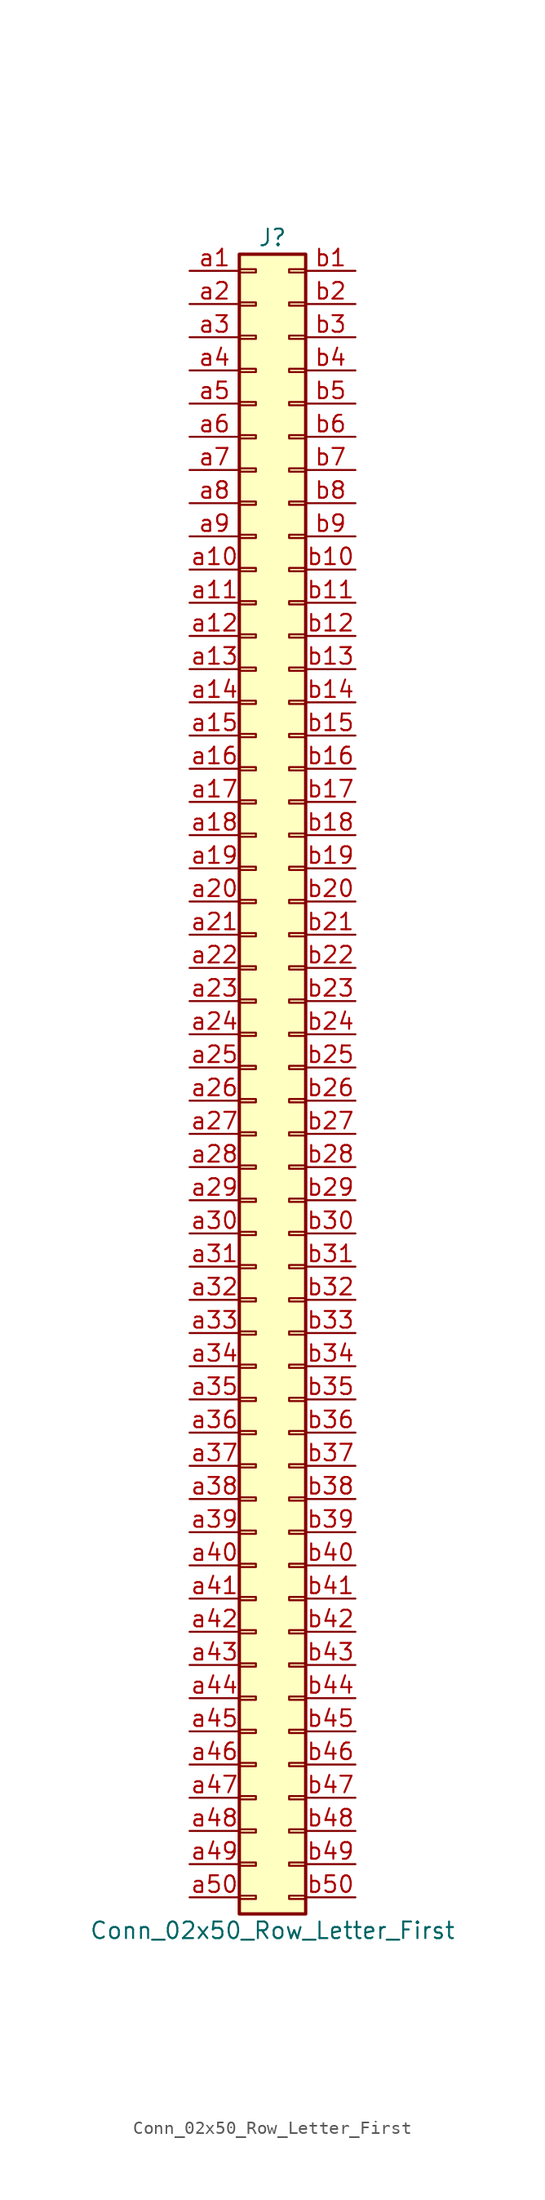
<source format=kicad_sym>
(kicad_symbol_lib
  (version 20220914)
  (generator kicad_symbol_editor)
  (symbol "Conn_02x50_Row_Letter_First"
    (pin_names
      (offset 1.016) hide)
    (property "Reference" "J"
      (at 1.27 50.8 0)
      (effects (font (size 1.27 1.27))))
    (property "Value" "Conn_02x50_Row_Letter_First"
      (at 1.27 -78.74 0)
      (effects (font (size 1.27 1.27))))
    (symbol "Conn_02x50_Row_Letter_First_1_1"
      (rectangle (start -1.27 -76.073) (end 0 -76.327) (stroke (width 0.152) (type default)) (fill (type none)))
      (rectangle (start -1.27 -73.533) (end 0 -73.787) (stroke (width 0.152) (type default)) (fill (type none)))
      (rectangle (start -1.27 -70.993) (end 0 -71.247) (stroke (width 0.152) (type default)) (fill (type none)))
      (rectangle (start -1.27 -68.453) (end 0 -68.707) (stroke (width 0.152) (type default)) (fill (type none)))
      (rectangle (start -1.27 -65.913) (end 0 -66.167) (stroke (width 0.152) (type default)) (fill (type none)))
      (rectangle (start -1.27 -63.373) (end 0 -63.627) (stroke (width 0.152) (type default)) (fill (type none)))
      (rectangle (start -1.27 -60.833) (end 0 -61.087) (stroke (width 0.152) (type default)) (fill (type none)))
      (rectangle (start -1.27 -58.293) (end 0 -58.547) (stroke (width 0.152) (type default)) (fill (type none)))
      (rectangle (start -1.27 -55.753) (end 0 -56.007) (stroke (width 0.152) (type default)) (fill (type none)))
      (rectangle (start -1.27 -53.213) (end 0 -53.467) (stroke (width 0.152) (type default)) (fill (type none)))
      (rectangle (start -1.27 -50.673) (end 0 -50.927) (stroke (width 0.152) (type default)) (fill (type none)))
      (rectangle (start -1.27 -48.133) (end 0 -48.387) (stroke (width 0.152) (type default)) (fill (type none)))
      (rectangle (start -1.27 -45.593) (end 0 -45.847) (stroke (width 0.152) (type default)) (fill (type none)))
      (rectangle (start -1.27 -43.053) (end 0 -43.307) (stroke (width 0.152) (type default)) (fill (type none)))
      (rectangle (start -1.27 -40.513) (end 0 -40.767) (stroke (width 0.152) (type default)) (fill (type none)))
      (rectangle (start -1.27 -37.973) (end 0 -38.227) (stroke (width 0.152) (type default)) (fill (type none)))
      (rectangle (start -1.27 -35.433) (end 0 -35.687) (stroke (width 0.152) (type default)) (fill (type none)))
      (rectangle (start -1.27 -32.893) (end 0 -33.147) (stroke (width 0.152) (type default)) (fill (type none)))
      (rectangle (start -1.27 -30.353) (end 0 -30.607) (stroke (width 0.152) (type default)) (fill (type none)))
      (rectangle (start -1.27 -27.813) (end 0 -28.067) (stroke (width 0.152) (type default)) (fill (type none)))
      (rectangle (start -1.27 -25.273) (end 0 -25.527) (stroke (width 0.152) (type default)) (fill (type none)))
      (rectangle (start -1.27 -22.733) (end 0 -22.987) (stroke (width 0.152) (type default)) (fill (type none)))
      (rectangle (start -1.27 -20.193) (end 0 -20.447) (stroke (width 0.152) (type default)) (fill (type none)))
      (rectangle (start -1.27 -17.653) (end 0 -17.907) (stroke (width 0.152) (type default)) (fill (type none)))
      (rectangle (start -1.27 -15.113) (end 0 -15.367) (stroke (width 0.152) (type default)) (fill (type none)))
      (rectangle (start -1.27 -12.573) (end 0 -12.827) (stroke (width 0.152) (type default)) (fill (type none)))
      (rectangle (start -1.27 -10.033) (end 0 -10.287) (stroke (width 0.152) (type default)) (fill (type none)))
      (rectangle (start -1.27 -7.493) (end 0 -7.747) (stroke (width 0.152) (type default)) (fill (type none)))
      (rectangle (start -1.27 -4.953) (end 0 -5.207) (stroke (width 0.152) (type default)) (fill (type none)))
      (rectangle (start -1.27 -2.413) (end 0 -2.667) (stroke (width 0.152) (type default)) (fill (type none)))
      (rectangle (start -1.27 0.127) (end 0 -0.127) (stroke (width 0.152) (type default)) (fill (type none)))
      (rectangle (start -1.27 2.667) (end 0 2.413) (stroke (width 0.152) (type default)) (fill (type none)))
      (rectangle (start -1.27 5.207) (end 0 4.953) (stroke (width 0.152) (type default)) (fill (type none)))
      (rectangle (start -1.27 7.747) (end 0 7.493) (stroke (width 0.152) (type default)) (fill (type none)))
      (rectangle (start -1.27 10.287) (end 0 10.033) (stroke (width 0.152) (type default)) (fill (type none)))
      (rectangle (start -1.27 12.827) (end 0 12.573) (stroke (width 0.152) (type default)) (fill (type none)))
      (rectangle (start -1.27 15.367) (end 0 15.113) (stroke (width 0.152) (type default)) (fill (type none)))
      (rectangle (start -1.27 17.907) (end 0 17.653) (stroke (width 0.152) (type default)) (fill (type none)))
      (rectangle (start -1.27 20.447) (end 0 20.193) (stroke (width 0.152) (type default)) (fill (type none)))
      (rectangle (start -1.27 22.987) (end 0 22.733) (stroke (width 0.152) (type default)) (fill (type none)))
      (rectangle (start -1.27 25.527) (end 0 25.273) (stroke (width 0.152) (type default)) (fill (type none)))
      (rectangle (start -1.27 28.067) (end 0 27.813) (stroke (width 0.152) (type default)) (fill (type none)))
      (rectangle (start -1.27 30.607) (end 0 30.353) (stroke (width 0.152) (type default)) (fill (type none)))
      (rectangle (start -1.27 33.147) (end 0 32.893) (stroke (width 0.152) (type default)) (fill (type none)))
      (rectangle (start -1.27 35.687) (end 0 35.433) (stroke (width 0.152) (type default)) (fill (type none)))
      (rectangle (start -1.27 38.227) (end 0 37.973) (stroke (width 0.152) (type default)) (fill (type none)))
      (rectangle (start -1.27 40.767) (end 0 40.513) (stroke (width 0.152) (type default)) (fill (type none)))
      (rectangle (start -1.27 43.307) (end 0 43.053) (stroke (width 0.152) (type default)) (fill (type none)))
      (rectangle (start -1.27 45.847) (end 0 45.593) (stroke (width 0.152) (type default)) (fill (type none)))
      (rectangle (start -1.27 48.387) (end 0 48.133) (stroke (width 0.152) (type default)) (fill (type none)))
      (rectangle (start -1.27 49.53) (end 3.81 -77.47) (stroke (width 0.254) (type default)) (fill (type background)))
      (rectangle (start 3.81 -76.073) (end 2.54 -76.327) (stroke (width 0.152) (type default)) (fill (type none)))
      (rectangle (start 3.81 -73.533) (end 2.54 -73.787) (stroke (width 0.152) (type default)) (fill (type none)))
      (rectangle (start 3.81 -70.993) (end 2.54 -71.247) (stroke (width 0.152) (type default)) (fill (type none)))
      (rectangle (start 3.81 -68.453) (end 2.54 -68.707) (stroke (width 0.152) (type default)) (fill (type none)))
      (rectangle (start 3.81 -65.913) (end 2.54 -66.167) (stroke (width 0.152) (type default)) (fill (type none)))
      (rectangle (start 3.81 -63.373) (end 2.54 -63.627) (stroke (width 0.152) (type default)) (fill (type none)))
      (rectangle (start 3.81 -60.833) (end 2.54 -61.087) (stroke (width 0.152) (type default)) (fill (type none)))
      (rectangle (start 3.81 -58.293) (end 2.54 -58.547) (stroke (width 0.152) (type default)) (fill (type none)))
      (rectangle (start 3.81 -55.753) (end 2.54 -56.007) (stroke (width 0.152) (type default)) (fill (type none)))
      (rectangle (start 3.81 -53.213) (end 2.54 -53.467) (stroke (width 0.152) (type default)) (fill (type none)))
      (rectangle (start 3.81 -50.673) (end 2.54 -50.927) (stroke (width 0.152) (type default)) (fill (type none)))
      (rectangle (start 3.81 -48.133) (end 2.54 -48.387) (stroke (width 0.152) (type default)) (fill (type none)))
      (rectangle (start 3.81 -45.593) (end 2.54 -45.847) (stroke (width 0.152) (type default)) (fill (type none)))
      (rectangle (start 3.81 -43.053) (end 2.54 -43.307) (stroke (width 0.152) (type default)) (fill (type none)))
      (rectangle (start 3.81 -40.513) (end 2.54 -40.767) (stroke (width 0.152) (type default)) (fill (type none)))
      (rectangle (start 3.81 -37.973) (end 2.54 -38.227) (stroke (width 0.152) (type default)) (fill (type none)))
      (rectangle (start 3.81 -35.433) (end 2.54 -35.687) (stroke (width 0.152) (type default)) (fill (type none)))
      (rectangle (start 3.81 -32.893) (end 2.54 -33.147) (stroke (width 0.152) (type default)) (fill (type none)))
      (rectangle (start 3.81 -30.353) (end 2.54 -30.607) (stroke (width 0.152) (type default)) (fill (type none)))
      (rectangle (start 3.81 -27.813) (end 2.54 -28.067) (stroke (width 0.152) (type default)) (fill (type none)))
      (rectangle (start 3.81 -25.273) (end 2.54 -25.527) (stroke (width 0.152) (type default)) (fill (type none)))
      (rectangle (start 3.81 -22.733) (end 2.54 -22.987) (stroke (width 0.152) (type default)) (fill (type none)))
      (rectangle (start 3.81 -20.193) (end 2.54 -20.447) (stroke (width 0.152) (type default)) (fill (type none)))
      (rectangle (start 3.81 -17.653) (end 2.54 -17.907) (stroke (width 0.152) (type default)) (fill (type none)))
      (rectangle (start 3.81 -15.113) (end 2.54 -15.367) (stroke (width 0.152) (type default)) (fill (type none)))
      (rectangle (start 3.81 -12.573) (end 2.54 -12.827) (stroke (width 0.152) (type default)) (fill (type none)))
      (rectangle (start 3.81 -10.033) (end 2.54 -10.287) (stroke (width 0.152) (type default)) (fill (type none)))
      (rectangle (start 3.81 -7.493) (end 2.54 -7.747) (stroke (width 0.152) (type default)) (fill (type none)))
      (rectangle (start 3.81 -4.953) (end 2.54 -5.207) (stroke (width 0.152) (type default)) (fill (type none)))
      (rectangle (start 3.81 -2.413) (end 2.54 -2.667) (stroke (width 0.152) (type default)) (fill (type none)))
      (rectangle (start 3.81 0.127) (end 2.54 -0.127) (stroke (width 0.152) (type default)) (fill (type none)))
      (rectangle (start 3.81 2.667) (end 2.54 2.413) (stroke (width 0.152) (type default)) (fill (type none)))
      (rectangle (start 3.81 5.207) (end 2.54 4.953) (stroke (width 0.152) (type default)) (fill (type none)))
      (rectangle (start 3.81 7.747) (end 2.54 7.493) (stroke (width 0.152) (type default)) (fill (type none)))
      (rectangle (start 3.81 10.287) (end 2.54 10.033) (stroke (width 0.152) (type default)) (fill (type none)))
      (rectangle (start 3.81 12.827) (end 2.54 12.573) (stroke (width 0.152) (type default)) (fill (type none)))
      (rectangle (start 3.81 15.367) (end 2.54 15.113) (stroke (width 0.152) (type default)) (fill (type none)))
      (rectangle (start 3.81 17.907) (end 2.54 17.653) (stroke (width 0.152) (type default)) (fill (type none)))
      (rectangle (start 3.81 20.447) (end 2.54 20.193) (stroke (width 0.152) (type default)) (fill (type none)))
      (rectangle (start 3.81 22.987) (end 2.54 22.733) (stroke (width 0.152) (type default)) (fill (type none)))
      (rectangle (start 3.81 25.527) (end 2.54 25.273) (stroke (width 0.152) (type default)) (fill (type none)))
      (rectangle (start 3.81 28.067) (end 2.54 27.813) (stroke (width 0.152) (type default)) (fill (type none)))
      (rectangle (start 3.81 30.607) (end 2.54 30.353) (stroke (width 0.152) (type default)) (fill (type none)))
      (rectangle (start 3.81 33.147) (end 2.54 32.893) (stroke (width 0.152) (type default)) (fill (type none)))
      (rectangle (start 3.81 35.687) (end 2.54 35.433) (stroke (width 0.152) (type default)) (fill (type none)))
      (rectangle (start 3.81 38.227) (end 2.54 37.973) (stroke (width 0.152) (type default)) (fill (type none)))
      (rectangle (start 3.81 40.767) (end 2.54 40.513) (stroke (width 0.152) (type default)) (fill (type none)))
      (rectangle (start 3.81 43.307) (end 2.54 43.053) (stroke (width 0.152) (type default)) (fill (type none)))
      (rectangle (start 3.81 45.847) (end 2.54 45.593) (stroke (width 0.152) (type default)) (fill (type none)))
      (rectangle (start 3.81 48.387) (end 2.54 48.133) (stroke (width 0.152) (type default)) (fill (type none)))
      (pin passive line (at -5.08 48.26 0) (length 3.81) (name "Pin_a1" (effects (font (size 1.27 1.27)))) (number "a1" (effects (font (size 1.27 1.27)))))
      (pin passive line (at -5.08 25.4 0) (length 3.81) (name "Pin_a10" (effects (font (size 1.27 1.27)))) (number "a10" (effects (font (size 1.27 1.27)))))
      (pin passive line (at -5.08 22.86 0) (length 3.81) (name "Pin_a11" (effects (font (size 1.27 1.27)))) (number "a11" (effects (font (size 1.27 1.27)))))
      (pin passive line (at -5.08 20.32 0) (length 3.81) (name "Pin_a12" (effects (font (size 1.27 1.27)))) (number "a12" (effects (font (size 1.27 1.27)))))
      (pin passive line (at -5.08 17.78 0) (length 3.81) (name "Pin_a13" (effects (font (size 1.27 1.27)))) (number "a13" (effects (font (size 1.27 1.27)))))
      (pin passive line (at -5.08 15.24 0) (length 3.81) (name "Pin_a14" (effects (font (size 1.27 1.27)))) (number "a14" (effects (font (size 1.27 1.27)))))
      (pin passive line (at -5.08 12.7 0) (length 3.81) (name "Pin_a15" (effects (font (size 1.27 1.27)))) (number "a15" (effects (font (size 1.27 1.27)))))
      (pin passive line (at -5.08 10.16 0) (length 3.81) (name "Pin_a16" (effects (font (size 1.27 1.27)))) (number "a16" (effects (font (size 1.27 1.27)))))
      (pin passive line (at -5.08 7.62 0) (length 3.81) (name "Pin_a17" (effects (font (size 1.27 1.27)))) (number "a17" (effects (font (size 1.27 1.27)))))
      (pin passive line (at -5.08 5.08 0) (length 3.81) (name "Pin_a18" (effects (font (size 1.27 1.27)))) (number "a18" (effects (font (size 1.27 1.27)))))
      (pin passive line (at -5.08 2.54 0) (length 3.81) (name "Pin_a19" (effects (font (size 1.27 1.27)))) (number "a19" (effects (font (size 1.27 1.27)))))
      (pin passive line (at -5.08 45.72 0) (length 3.81) (name "Pin_a2" (effects (font (size 1.27 1.27)))) (number "a2" (effects (font (size 1.27 1.27)))))
      (pin passive line (at -5.08 0 0) (length 3.81) (name "Pin_a20" (effects (font (size 1.27 1.27)))) (number "a20" (effects (font (size 1.27 1.27)))))
      (pin passive line (at -5.08 -2.54 0) (length 3.81) (name "Pin_a21" (effects (font (size 1.27 1.27)))) (number "a21" (effects (font (size 1.27 1.27)))))
      (pin passive line (at -5.08 -5.08 0) (length 3.81) (name "Pin_a22" (effects (font (size 1.27 1.27)))) (number "a22" (effects (font (size 1.27 1.27)))))
      (pin passive line (at -5.08 -7.62 0) (length 3.81) (name "Pin_a23" (effects (font (size 1.27 1.27)))) (number "a23" (effects (font (size 1.27 1.27)))))
      (pin passive line (at -5.08 -10.16 0) (length 3.81) (name "Pin_a24" (effects (font (size 1.27 1.27)))) (number "a24" (effects (font (size 1.27 1.27)))))
      (pin passive line (at -5.08 -12.7 0) (length 3.81) (name "Pin_a25" (effects (font (size 1.27 1.27)))) (number "a25" (effects (font (size 1.27 1.27)))))
      (pin passive line (at -5.08 -15.24 0) (length 3.81) (name "Pin_a26" (effects (font (size 1.27 1.27)))) (number "a26" (effects (font (size 1.27 1.27)))))
      (pin passive line (at -5.08 -17.78 0) (length 3.81) (name "Pin_a27" (effects (font (size 1.27 1.27)))) (number "a27" (effects (font (size 1.27 1.27)))))
      (pin passive line (at -5.08 -20.32 0) (length 3.81) (name "Pin_a28" (effects (font (size 1.27 1.27)))) (number "a28" (effects (font (size 1.27 1.27)))))
      (pin passive line (at -5.08 -22.86 0) (length 3.81) (name "Pin_a29" (effects (font (size 1.27 1.27)))) (number "a29" (effects (font (size 1.27 1.27)))))
      (pin passive line (at -5.08 43.18 0) (length 3.81) (name "Pin_a3" (effects (font (size 1.27 1.27)))) (number "a3" (effects (font (size 1.27 1.27)))))
      (pin passive line (at -5.08 -25.4 0) (length 3.81) (name "Pin_a30" (effects (font (size 1.27 1.27)))) (number "a30" (effects (font (size 1.27 1.27)))))
      (pin passive line (at -5.08 -27.94 0) (length 3.81) (name "Pin_a31" (effects (font (size 1.27 1.27)))) (number "a31" (effects (font (size 1.27 1.27)))))
      (pin passive line (at -5.08 -30.48 0) (length 3.81) (name "Pin_a32" (effects (font (size 1.27 1.27)))) (number "a32" (effects (font (size 1.27 1.27)))))
      (pin passive line (at -5.08 -33.02 0) (length 3.81) (name "Pin_a33" (effects (font (size 1.27 1.27)))) (number "a33" (effects (font (size 1.27 1.27)))))
      (pin passive line (at -5.08 -35.56 0) (length 3.81) (name "Pin_a34" (effects (font (size 1.27 1.27)))) (number "a34" (effects (font (size 1.27 1.27)))))
      (pin passive line (at -5.08 -38.1 0) (length 3.81) (name "Pin_a35" (effects (font (size 1.27 1.27)))) (number "a35" (effects (font (size 1.27 1.27)))))
      (pin passive line (at -5.08 -40.64 0) (length 3.81) (name "Pin_a36" (effects (font (size 1.27 1.27)))) (number "a36" (effects (font (size 1.27 1.27)))))
      (pin passive line (at -5.08 -43.18 0) (length 3.81) (name "Pin_a37" (effects (font (size 1.27 1.27)))) (number "a37" (effects (font (size 1.27 1.27)))))
      (pin passive line (at -5.08 -45.72 0) (length 3.81) (name "Pin_a38" (effects (font (size 1.27 1.27)))) (number "a38" (effects (font (size 1.27 1.27)))))
      (pin passive line (at -5.08 -48.26 0) (length 3.81) (name "Pin_a39" (effects (font (size 1.27 1.27)))) (number "a39" (effects (font (size 1.27 1.27)))))
      (pin passive line (at -5.08 40.64 0) (length 3.81) (name "Pin_a4" (effects (font (size 1.27 1.27)))) (number "a4" (effects (font (size 1.27 1.27)))))
      (pin passive line (at -5.08 -50.8 0) (length 3.81) (name "Pin_a40" (effects (font (size 1.27 1.27)))) (number "a40" (effects (font (size 1.27 1.27)))))
      (pin passive line (at -5.08 -53.34 0) (length 3.81) (name "Pin_a41" (effects (font (size 1.27 1.27)))) (number "a41" (effects (font (size 1.27 1.27)))))
      (pin passive line (at -5.08 -55.88 0) (length 3.81) (name "Pin_a42" (effects (font (size 1.27 1.27)))) (number "a42" (effects (font (size 1.27 1.27)))))
      (pin passive line (at -5.08 -58.42 0) (length 3.81) (name "Pin_a43" (effects (font (size 1.27 1.27)))) (number "a43" (effects (font (size 1.27 1.27)))))
      (pin passive line (at -5.08 -60.96 0) (length 3.81) (name "Pin_a44" (effects (font (size 1.27 1.27)))) (number "a44" (effects (font (size 1.27 1.27)))))
      (pin passive line (at -5.08 -63.5 0) (length 3.81) (name "Pin_a45" (effects (font (size 1.27 1.27)))) (number "a45" (effects (font (size 1.27 1.27)))))
      (pin passive line (at -5.08 -66.04 0) (length 3.81) (name "Pin_a46" (effects (font (size 1.27 1.27)))) (number "a46" (effects (font (size 1.27 1.27)))))
      (pin passive line (at -5.08 -68.58 0) (length 3.81) (name "Pin_a47" (effects (font (size 1.27 1.27)))) (number "a47" (effects (font (size 1.27 1.27)))))
      (pin passive line (at -5.08 -71.12 0) (length 3.81) (name "Pin_a48" (effects (font (size 1.27 1.27)))) (number "a48" (effects (font (size 1.27 1.27)))))
      (pin passive line (at -5.08 -73.66 0) (length 3.81) (name "Pin_a49" (effects (font (size 1.27 1.27)))) (number "a49" (effects (font (size 1.27 1.27)))))
      (pin passive line (at -5.08 38.1 0) (length 3.81) (name "Pin_a5" (effects (font (size 1.27 1.27)))) (number "a5" (effects (font (size 1.27 1.27)))))
      (pin passive line (at -5.08 -76.2 0) (length 3.81) (name "Pin_a50" (effects (font (size 1.27 1.27)))) (number "a50" (effects (font (size 1.27 1.27)))))
      (pin passive line (at -5.08 35.56 0) (length 3.81) (name "Pin_a6" (effects (font (size 1.27 1.27)))) (number "a6" (effects (font (size 1.27 1.27)))))
      (pin passive line (at -5.08 33.02 0) (length 3.81) (name "Pin_a7" (effects (font (size 1.27 1.27)))) (number "a7" (effects (font (size 1.27 1.27)))))
      (pin passive line (at -5.08 30.48 0) (length 3.81) (name "Pin_a8" (effects (font (size 1.27 1.27)))) (number "a8" (effects (font (size 1.27 1.27)))))
      (pin passive line (at -5.08 27.94 0) (length 3.81) (name "Pin_a9" (effects (font (size 1.27 1.27)))) (number "a9" (effects (font (size 1.27 1.27)))))
      (pin passive line (at 7.62 48.26 180) (length 3.81) (name "Pin_b1" (effects (font (size 1.27 1.27)))) (number "b1" (effects (font (size 1.27 1.27)))))
      (pin passive line (at 7.62 25.4 180) (length 3.81) (name "Pin_b10" (effects (font (size 1.27 1.27)))) (number "b10" (effects (font (size 1.27 1.27)))))
      (pin passive line (at 7.62 22.86 180) (length 3.81) (name "Pin_b11" (effects (font (size 1.27 1.27)))) (number "b11" (effects (font (size 1.27 1.27)))))
      (pin passive line (at 7.62 20.32 180) (length 3.81) (name "Pin_b12" (effects (font (size 1.27 1.27)))) (number "b12" (effects (font (size 1.27 1.27)))))
      (pin passive line (at 7.62 17.78 180) (length 3.81) (name "Pin_b13" (effects (font (size 1.27 1.27)))) (number "b13" (effects (font (size 1.27 1.27)))))
      (pin passive line (at 7.62 15.24 180) (length 3.81) (name "Pin_b14" (effects (font (size 1.27 1.27)))) (number "b14" (effects (font (size 1.27 1.27)))))
      (pin passive line (at 7.62 12.7 180) (length 3.81) (name "Pin_b15" (effects (font (size 1.27 1.27)))) (number "b15" (effects (font (size 1.27 1.27)))))
      (pin passive line (at 7.62 10.16 180) (length 3.81) (name "Pin_b16" (effects (font (size 1.27 1.27)))) (number "b16" (effects (font (size 1.27 1.27)))))
      (pin passive line (at 7.62 7.62 180) (length 3.81) (name "Pin_b17" (effects (font (size 1.27 1.27)))) (number "b17" (effects (font (size 1.27 1.27)))))
      (pin passive line (at 7.62 5.08 180) (length 3.81) (name "Pin_b18" (effects (font (size 1.27 1.27)))) (number "b18" (effects (font (size 1.27 1.27)))))
      (pin passive line (at 7.62 2.54 180) (length 3.81) (name "Pin_b19" (effects (font (size 1.27 1.27)))) (number "b19" (effects (font (size 1.27 1.27)))))
      (pin passive line (at 7.62 45.72 180) (length 3.81) (name "Pin_b2" (effects (font (size 1.27 1.27)))) (number "b2" (effects (font (size 1.27 1.27)))))
      (pin passive line (at 7.62 0 180) (length 3.81) (name "Pin_b20" (effects (font (size 1.27 1.27)))) (number "b20" (effects (font (size 1.27 1.27)))))
      (pin passive line (at 7.62 -2.54 180) (length 3.81) (name "Pin_b21" (effects (font (size 1.27 1.27)))) (number "b21" (effects (font (size 1.27 1.27)))))
      (pin passive line (at 7.62 -5.08 180) (length 3.81) (name "Pin_b22" (effects (font (size 1.27 1.27)))) (number "b22" (effects (font (size 1.27 1.27)))))
      (pin passive line (at 7.62 -7.62 180) (length 3.81) (name "Pin_b23" (effects (font (size 1.27 1.27)))) (number "b23" (effects (font (size 1.27 1.27)))))
      (pin passive line (at 7.62 -10.16 180) (length 3.81) (name "Pin_b24" (effects (font (size 1.27 1.27)))) (number "b24" (effects (font (size 1.27 1.27)))))
      (pin passive line (at 7.62 -12.7 180) (length 3.81) (name "Pin_b25" (effects (font (size 1.27 1.27)))) (number "b25" (effects (font (size 1.27 1.27)))))
      (pin passive line (at 7.62 -15.24 180) (length 3.81) (name "Pin_b26" (effects (font (size 1.27 1.27)))) (number "b26" (effects (font (size 1.27 1.27)))))
      (pin passive line (at 7.62 -17.78 180) (length 3.81) (name "Pin_b27" (effects (font (size 1.27 1.27)))) (number "b27" (effects (font (size 1.27 1.27)))))
      (pin passive line (at 7.62 -20.32 180) (length 3.81) (name "Pin_b28" (effects (font (size 1.27 1.27)))) (number "b28" (effects (font (size 1.27 1.27)))))
      (pin passive line (at 7.62 -22.86 180) (length 3.81) (name "Pin_b29" (effects (font (size 1.27 1.27)))) (number "b29" (effects (font (size 1.27 1.27)))))
      (pin passive line (at 7.62 43.18 180) (length 3.81) (name "Pin_b3" (effects (font (size 1.27 1.27)))) (number "b3" (effects (font (size 1.27 1.27)))))
      (pin passive line (at 7.62 -25.4 180) (length 3.81) (name "Pin_b30" (effects (font (size 1.27 1.27)))) (number "b30" (effects (font (size 1.27 1.27)))))
      (pin passive line (at 7.62 -27.94 180) (length 3.81) (name "Pin_b31" (effects (font (size 1.27 1.27)))) (number "b31" (effects (font (size 1.27 1.27)))))
      (pin passive line (at 7.62 -30.48 180) (length 3.81) (name "Pin_b32" (effects (font (size 1.27 1.27)))) (number "b32" (effects (font (size 1.27 1.27)))))
      (pin passive line (at 7.62 -33.02 180) (length 3.81) (name "Pin_b33" (effects (font (size 1.27 1.27)))) (number "b33" (effects (font (size 1.27 1.27)))))
      (pin passive line (at 7.62 -35.56 180) (length 3.81) (name "Pin_b34" (effects (font (size 1.27 1.27)))) (number "b34" (effects (font (size 1.27 1.27)))))
      (pin passive line (at 7.62 -38.1 180) (length 3.81) (name "Pin_b35" (effects (font (size 1.27 1.27)))) (number "b35" (effects (font (size 1.27 1.27)))))
      (pin passive line (at 7.62 -40.64 180) (length 3.81) (name "Pin_b36" (effects (font (size 1.27 1.27)))) (number "b36" (effects (font (size 1.27 1.27)))))
      (pin passive line (at 7.62 -43.18 180) (length 3.81) (name "Pin_b37" (effects (font (size 1.27 1.27)))) (number "b37" (effects (font (size 1.27 1.27)))))
      (pin passive line (at 7.62 -45.72 180) (length 3.81) (name "Pin_b38" (effects (font (size 1.27 1.27)))) (number "b38" (effects (font (size 1.27 1.27)))))
      (pin passive line (at 7.62 -48.26 180) (length 3.81) (name "Pin_b39" (effects (font (size 1.27 1.27)))) (number "b39" (effects (font (size 1.27 1.27)))))
      (pin passive line (at 7.62 40.64 180) (length 3.81) (name "Pin_b4" (effects (font (size 1.27 1.27)))) (number "b4" (effects (font (size 1.27 1.27)))))
      (pin passive line (at 7.62 -50.8 180) (length 3.81) (name "Pin_b40" (effects (font (size 1.27 1.27)))) (number "b40" (effects (font (size 1.27 1.27)))))
      (pin passive line (at 7.62 -53.34 180) (length 3.81) (name "Pin_b41" (effects (font (size 1.27 1.27)))) (number "b41" (effects (font (size 1.27 1.27)))))
      (pin passive line (at 7.62 -55.88 180) (length 3.81) (name "Pin_b42" (effects (font (size 1.27 1.27)))) (number "b42" (effects (font (size 1.27 1.27)))))
      (pin passive line (at 7.62 -58.42 180) (length 3.81) (name "Pin_b43" (effects (font (size 1.27 1.27)))) (number "b43" (effects (font (size 1.27 1.27)))))
      (pin passive line (at 7.62 -60.96 180) (length 3.81) (name "Pin_b44" (effects (font (size 1.27 1.27)))) (number "b44" (effects (font (size 1.27 1.27)))))
      (pin passive line (at 7.62 -63.5 180) (length 3.81) (name "Pin_b45" (effects (font (size 1.27 1.27)))) (number "b45" (effects (font (size 1.27 1.27)))))
      (pin passive line (at 7.62 -66.04 180) (length 3.81) (name "Pin_b46" (effects (font (size 1.27 1.27)))) (number "b46" (effects (font (size 1.27 1.27)))))
      (pin passive line (at 7.62 -68.58 180) (length 3.81) (name "Pin_b47" (effects (font (size 1.27 1.27)))) (number "b47" (effects (font (size 1.27 1.27)))))
      (pin passive line (at 7.62 -71.12 180) (length 3.81) (name "Pin_b48" (effects (font (size 1.27 1.27)))) (number "b48" (effects (font (size 1.27 1.27)))))
      (pin passive line (at 7.62 -73.66 180) (length 3.81) (name "Pin_b49" (effects (font (size 1.27 1.27)))) (number "b49" (effects (font (size 1.27 1.27)))))
      (pin passive line (at 7.62 38.1 180) (length 3.81) (name "Pin_b5" (effects (font (size 1.27 1.27)))) (number "b5" (effects (font (size 1.27 1.27)))))
      (pin passive line (at 7.62 -76.2 180) (length 3.81) (name "Pin_b50" (effects (font (size 1.27 1.27)))) (number "b50" (effects (font (size 1.27 1.27)))))
      (pin passive line (at 7.62 35.56 180) (length 3.81) (name "Pin_b6" (effects (font (size 1.27 1.27)))) (number "b6" (effects (font (size 1.27 1.27)))))
      (pin passive line (at 7.62 33.02 180) (length 3.81) (name "Pin_b7" (effects (font (size 1.27 1.27)))) (number "b7" (effects (font (size 1.27 1.27)))))
      (pin passive line (at 7.62 30.48 180) (length 3.81) (name "Pin_b8" (effects (font (size 1.27 1.27)))) (number "b8" (effects (font (size 1.27 1.27)))))
      (pin passive line (at 7.62 27.94 180) (length 3.81) (name "Pin_b9" (effects (font (size 1.27 1.27)))) (number "b9" (effects (font (size 1.27 1.27))))))))
</source>
